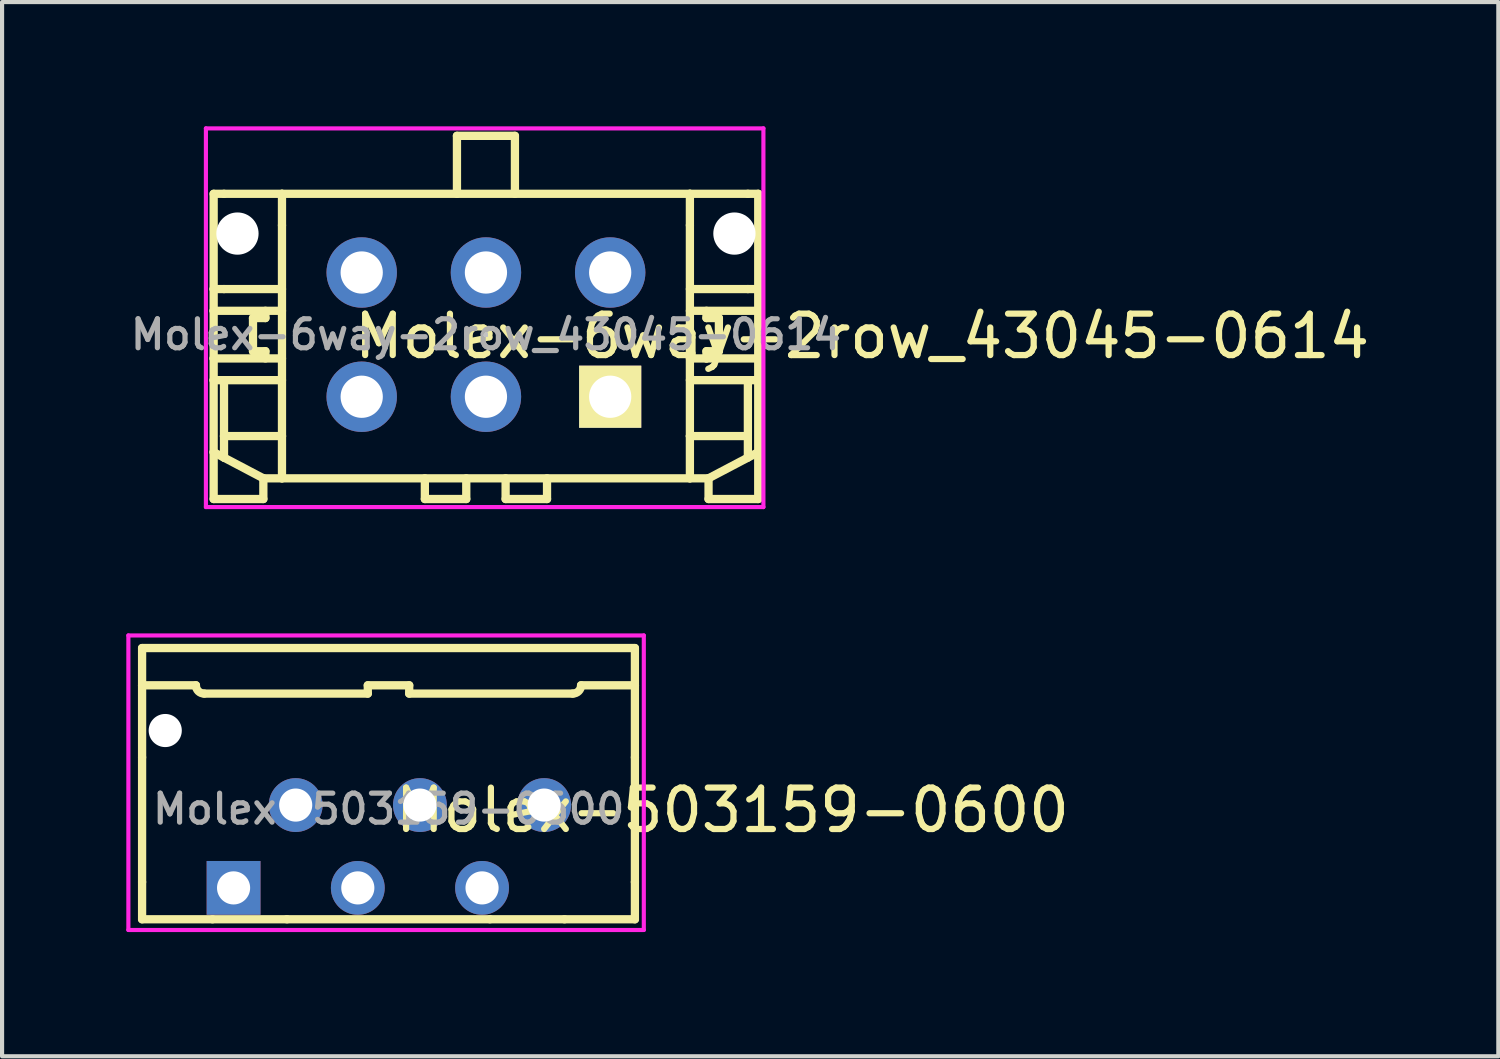
<source format=kicad_pcb>
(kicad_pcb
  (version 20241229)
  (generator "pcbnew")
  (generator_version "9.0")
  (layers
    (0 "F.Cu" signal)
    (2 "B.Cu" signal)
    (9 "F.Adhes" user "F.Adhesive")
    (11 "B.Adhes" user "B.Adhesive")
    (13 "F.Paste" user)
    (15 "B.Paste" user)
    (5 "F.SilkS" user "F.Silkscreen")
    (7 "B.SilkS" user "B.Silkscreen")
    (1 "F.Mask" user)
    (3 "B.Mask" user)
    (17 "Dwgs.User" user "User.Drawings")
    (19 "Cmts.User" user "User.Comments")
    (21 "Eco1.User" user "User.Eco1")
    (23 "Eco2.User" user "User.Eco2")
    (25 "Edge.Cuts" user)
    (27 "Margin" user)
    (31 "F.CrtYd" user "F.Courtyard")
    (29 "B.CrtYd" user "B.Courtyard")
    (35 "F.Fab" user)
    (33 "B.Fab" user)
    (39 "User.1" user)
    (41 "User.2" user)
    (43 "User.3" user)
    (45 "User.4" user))
  (footprint "Molex-503159-0600"
    (layer "F.Cu")
    (at 6.34 18.39)
    (property "Reference" "Molex-503159-0600" (at 8.297 -1.877 0) (layer "F.SilkS") (effects (font (size 1 1) (thickness 0.15))))
    (attr through_hole)
    (fp_line (start -5.959 -5.792) (end -5.959 -4.892) (stroke (width 0.2) (type solid)) (layer "F.SilkS"))
    (fp_line (start -5.959 -4.892) (end -5.959 -3.152) (stroke (width 0.2) (type solid)) (layer "F.SilkS"))
    (fp_line (start -5.959 -4.892) (end -4.659 -4.892) (stroke (width 0.2) (type solid)) (layer "F.SilkS"))
    (fp_line (start -5.959 -3.152) (end -5.959 -0.142) (stroke (width 0.2) (type solid)) (layer "F.SilkS"))
    (fp_line (start -5.959 -0.142) (end -5.959 0.758) (stroke (width 0.2) (type solid)) (layer "F.SilkS"))
    (fp_line (start -5.959 0.758) (end -4.259 0.758) (stroke (width 0.2) (type solid)) (layer "F.SilkS"))
    (fp_line (start -2.459 0.758) (end -4.259 0.758) (stroke (width 0.2) (type solid)) (layer "F.SilkS"))
    (fp_line (start -0.509 -4.892) (end -0.509 -4.692) (stroke (width 0.2) (type solid)) (layer "F.SilkS"))
    (fp_line (start -0.509 -4.892) (end 0.491 -4.892) (stroke (width 0.2) (type solid)) (layer "F.SilkS"))
    (fp_line (start -0.509 -4.692) (end -4.459 -4.692) (stroke (width 0.2) (type solid)) (layer "F.SilkS"))
    (fp_line (start 0.491 -4.892) (end 0.491 -4.692) (stroke (width 0.2) (type solid)) (layer "F.SilkS"))
    (fp_line (start 2.443 0.757) (end -2.465 0.757) (stroke (width 0.2) (type solid)) (layer "F.SilkS"))
    (fp_line (start 4.241 0.758) (end 2.441 0.758) (stroke (width 0.2) (type solid)) (layer "F.SilkS"))
    (fp_line (start 4.241 0.758) (end 5.941 0.758) (stroke (width 0.2) (type solid)) (layer "F.SilkS"))
    (fp_line (start 4.441 -4.692) (end 0.491 -4.692) (stroke (width 0.2) (type solid)) (layer "F.SilkS"))
    (fp_line (start 4.641 -4.892) (end 5.941 -4.892) (stroke (width 0.2) (type solid)) (layer "F.SilkS"))
    (fp_line (start 5.941 -5.792) (end -5.959 -5.792) (stroke (width 0.2) (type solid)) (layer "F.SilkS"))
    (fp_line (start 5.941 -5.792) (end 5.941 -4.892) (stroke (width 0.2) (type solid)) (layer "F.SilkS"))
    (fp_line (start 5.941 -3.152) (end 5.941 -4.892) (stroke (width 0.2) (type solid)) (layer "F.SilkS"))
    (fp_line (start 5.941 -3.152) (end 5.941 -0.142) (stroke (width 0.2) (type solid)) (layer "F.SilkS"))
    (fp_line (start 5.941 0.758) (end 5.941 -0.142) (stroke (width 0.2) (type solid)) (layer "F.SilkS"))
    (fp_arc (start -4.45932 -4.69234) (mid -4.600618 -4.750795) (end -4.65932 -4.891991) (stroke (width 0.2) (type solid)) (layer "F.SilkS"))
    (fp_arc (start 4.64068 -4.89234) (mid 4.582101 -4.750919) (end 4.44068 -4.69234) (stroke (width 0.2) (type solid)) (layer "F.SilkS"))
    (fp_line (start -6.29 -6.096) (end -6.29 1.016) (stroke (width 0.1) (type solid)) (layer "F.CrtYd"))
    (fp_line (start -6.29 1.016) (end 6.156 1.016) (stroke (width 0.1) (type solid)) (layer "F.CrtYd"))
    (fp_line (start 6.156 -6.096) (end -6.29 -6.096) (stroke (width 0.1) (type solid)) (layer "F.CrtYd"))
    (fp_line (start 6.156 1.016) (end 6.156 -6.096) (stroke (width 0.1) (type solid)) (layer "F.CrtYd"))
    (fp_text user "${REFERENCE}" (at -0.004 -1.905 0) (layer "F.Fab") (effects (font (size 0.7 0.7) (thickness 0.125))))
    (pad "" np_thru_hole circle (at -5.4 -3.8) (size 0.8 0.8) (drill 0.8) (layers "*.Cu" "*.Mask"))
    (pad "1" thru_hole rect (at -3.75 0) (size 1.3 1.3) (drill 0.8) (layers "*.Cu" "*.Mask"))
    (pad "2" thru_hole circle (at -2.25 -2) (size 1.3 1.3) (drill 0.8) (layers "*.Cu" "*.Mask"))
    (pad "3" thru_hole circle (at -0.75 0) (size 1.3 1.3) (drill 0.8) (layers "*.Cu" "*.Mask"))
    (pad "4" thru_hole circle (at 0.75 -2) (size 1.3 1.3) (drill 0.8) (layers "*.Cu" "*.Mask"))
    (pad "5" thru_hole circle (at 2.25 0) (size 1.3 1.3) (drill 0.8) (layers "*.Cu" "*.Mask"))
    (pad "6" thru_hole circle (at 3.75 -2) (size 1.3 1.3) (drill 0.8) (layers "*.Cu" "*.Mask")))
  (footprint "Molex-6way-2row_43045-0614"
    (layer "F.Cu")
    (at 8.684 5.03)
    (property "Reference" "Molex-6way-2row_43045-0614" (at 9.083 0.039 0) (layer "F.SilkS") (effects (font (size 1 1) (thickness 0.15))))
    (attr through_hole)
    (fp_line (start -6.575 -1.1) (end -6.575 -3.4) (stroke (width 0.2) (type solid)) (layer "F.SilkS"))
    (fp_line (start -6.575 -0.575) (end -6.575 -1.1) (stroke (width 0.2) (type solid)) (layer "F.SilkS"))
    (fp_line (start -6.575 -0.575) (end -4.925 -0.575) (stroke (width 0.2) (type solid)) (layer "F.SilkS"))
    (fp_line (start -6.575 0.575) (end -6.575 -0.575) (stroke (width 0.2) (type solid)) (layer "F.SilkS"))
    (fp_line (start -6.575 0.575) (end -4.925 0.575) (stroke (width 0.2) (type solid)) (layer "F.SilkS"))
    (fp_line (start -6.575 1.1) (end -6.575 0.575) (stroke (width 0.2) (type solid)) (layer "F.SilkS"))
    (fp_line (start -6.575 2.838) (end -6.575 1.1) (stroke (width 0.2) (type solid)) (layer "F.SilkS"))
    (fp_line (start -6.575 3.97) (end -6.575 2.838) (stroke (width 0.2) (type solid)) (layer "F.SilkS"))
    (fp_line (start -6.325 -3.4) (end -6.575 -3.4) (stroke (width 0.2) (type solid)) (layer "F.SilkS"))
    (fp_line (start -6.325 -1.1) (end -6.575 -1.1) (stroke (width 0.2) (type solid)) (layer "F.SilkS"))
    (fp_line (start -6.325 1.1) (end -6.575 1.1) (stroke (width 0.2) (type solid)) (layer "F.SilkS"))
    (fp_line (start -6.325 2.45) (end -6.325 1.1) (stroke (width 0.2) (type solid)) (layer "F.SilkS"))
    (fp_line (start -6.325 2.45) (end -6.325 2.97) (stroke (width 0.2) (type solid)) (layer "F.SilkS"))
    (fp_line (start -6.325 2.97) (end -6.575 2.838) (stroke (width 0.2) (type solid)) (layer "F.SilkS"))
    (fp_line (start -5.625 -0.4) (end -5.625 0.4) (stroke (width 0.2) (type solid)) (layer "F.SilkS"))
    (fp_line (start -5.625 0.4) (end -5.325 0.4) (stroke (width 0.2) (type solid)) (layer "F.SilkS"))
    (fp_line (start -5.375 3.47) (end -6.325 2.97) (stroke (width 0.2) (type solid)) (layer "F.SilkS"))
    (fp_line (start -5.375 3.97) (end -6.575 3.97) (stroke (width 0.2) (type solid)) (layer "F.SilkS"))
    (fp_line (start -5.375 3.97) (end -5.375 3.47) (stroke (width 0.2) (type solid)) (layer "F.SilkS"))
    (fp_line (start -5.325 -0.575) (end -5.325 -0.4) (stroke (width 0.2) (type solid)) (layer "F.SilkS"))
    (fp_line (start -5.325 -0.4) (end -5.625 -0.4) (stroke (width 0.2) (type solid)) (layer "F.SilkS"))
    (fp_line (start -5.325 0.575) (end -5.325 0.4) (stroke (width 0.2) (type solid)) (layer "F.SilkS"))
    (fp_line (start -4.925 -3.4) (end -6.325 -3.4) (stroke (width 0.2) (type solid)) (layer "F.SilkS"))
    (fp_line (start -4.925 -3.4) (end -4.925 -2.64) (stroke (width 0.2) (type solid)) (layer "F.SilkS"))
    (fp_line (start -4.925 -3.4) (end 4.925 -3.4) (stroke (width 0.2) (type solid)) (layer "F.SilkS"))
    (fp_line (start -4.925 -1.1) (end -6.325 -1.1) (stroke (width 0.2) (type solid)) (layer "F.SilkS"))
    (fp_line (start -4.925 1.1) (end -6.325 1.1) (stroke (width 0.2) (type solid)) (layer "F.SilkS"))
    (fp_line (start -4.925 2.45) (end -6.325 2.45) (stroke (width 0.2) (type solid)) (layer "F.SilkS"))
    (fp_line (start -4.925 2.45) (end -4.925 -2.64) (stroke (width 0.2) (type solid)) (layer "F.SilkS"))
    (fp_line (start -4.925 2.45) (end -4.925 3.47) (stroke (width 0.2) (type solid)) (layer "F.SilkS"))
    (fp_line (start -4.925 3.47) (end -5.375 3.47) (stroke (width 0.2) (type solid)) (layer "F.SilkS"))
    (fp_line (start -4.925 3.47) (end 4.925 3.47) (stroke (width 0.2) (type solid)) (layer "F.SilkS"))
    (fp_line (start -1.475 3.47) (end -1.475 3.97) (stroke (width 0.2) (type solid)) (layer "F.SilkS"))
    (fp_line (start -1.475 3.97) (end -0.475 3.97) (stroke (width 0.2) (type solid)) (layer "F.SilkS"))
    (fp_line (start -0.7 -4.8) (end -0.7 -3.4) (stroke (width 0.2) (type solid)) (layer "F.SilkS"))
    (fp_line (start -0.7 -4.8) (end 0.7 -4.8) (stroke (width 0.2) (type solid)) (layer "F.SilkS"))
    (fp_line (start -0.475 3.97) (end -0.475 3.47) (stroke (width 0.2) (type solid)) (layer "F.SilkS"))
    (fp_line (start 0.475 3.47) (end 0.475 3.97) (stroke (width 0.2) (type solid)) (layer "F.SilkS"))
    (fp_line (start 0.475 3.97) (end 1.475 3.97) (stroke (width 0.2) (type solid)) (layer "F.SilkS"))
    (fp_line (start 0.7 -4.8) (end 0.7 -3.4) (stroke (width 0.2) (type solid)) (layer "F.SilkS"))
    (fp_line (start 1.475 3.97) (end 1.475 3.47) (stroke (width 0.2) (type solid)) (layer "F.SilkS"))
    (fp_line (start 4.925 -3.4) (end 4.925 -2.64) (stroke (width 0.2) (type solid)) (layer "F.SilkS"))
    (fp_line (start 4.925 0.575) (end 5.325 0.575) (stroke (width 0.2) (type solid)) (layer "F.SilkS"))
    (fp_line (start 4.925 2.45) (end 4.925 -2.64) (stroke (width 0.2) (type solid)) (layer "F.SilkS"))
    (fp_line (start 4.925 2.45) (end 4.925 3.47) (stroke (width 0.2) (type solid)) (layer "F.SilkS"))
    (fp_line (start 5.325 -0.575) (end 5.325 -0.4) (stroke (width 0.2) (type solid)) (layer "F.SilkS"))
    (fp_line (start 5.325 0.4) (end 5.625 0.4) (stroke (width 0.2) (type solid)) (layer "F.SilkS"))
    (fp_line (start 5.325 0.575) (end 5.325 0.4) (stroke (width 0.2) (type solid)) (layer "F.SilkS"))
    (fp_line (start 5.375 3.47) (end 4.925 3.47) (stroke (width 0.2) (type solid)) (layer "F.SilkS"))
    (fp_line (start 5.375 3.97) (end 5.375 3.47) (stroke (width 0.2) (type solid)) (layer "F.SilkS"))
    (fp_line (start 5.625 -0.4) (end 5.325 -0.4) (stroke (width 0.2) (type solid)) (layer "F.SilkS"))
    (fp_line (start 5.625 0.4) (end 5.625 -0.4) (stroke (width 0.2) (type solid)) (layer "F.SilkS"))
    (fp_line (start 6.325 -3.4) (end 4.925 -3.4) (stroke (width 0.2) (type solid)) (layer "F.SilkS"))
    (fp_line (start 6.325 -3.4) (end 6.575 -3.4) (stroke (width 0.2) (type solid)) (layer "F.SilkS"))
    (fp_line (start 6.325 -1.1) (end 4.925 -1.1) (stroke (width 0.2) (type solid)) (layer "F.SilkS"))
    (fp_line (start 6.325 1.1) (end 4.925 1.1) (stroke (width 0.2) (type solid)) (layer "F.SilkS"))
    (fp_line (start 6.325 1.1) (end 6.575 1.1) (stroke (width 0.2) (type solid)) (layer "F.SilkS"))
    (fp_line (start 6.325 2.45) (end 4.925 2.45) (stroke (width 0.2) (type solid)) (layer "F.SilkS"))
    (fp_line (start 6.325 2.45) (end 6.325 1.1) (stroke (width 0.2) (type solid)) (layer "F.SilkS"))
    (fp_line (start 6.325 2.97) (end 6.325 2.47) (stroke (width 0.2) (type solid)) (layer "F.SilkS"))
    (fp_line (start 6.575 -3.4) (end 6.575 -1.1) (stroke (width 0.2) (type solid)) (layer "F.SilkS"))
    (fp_line (start 6.575 -1.1) (end 6.325 -1.1) (stroke (width 0.2) (type solid)) (layer "F.SilkS"))
    (fp_line (start 6.575 -0.575) (end 4.925 -0.575) (stroke (width 0.2) (type solid)) (layer "F.SilkS"))
    (fp_line (start 6.575 -0.575) (end 6.575 -1.1) (stroke (width 0.2) (type solid)) (layer "F.SilkS"))
    (fp_line (start 6.575 0.575) (end 5.325 0.575) (stroke (width 0.2) (type solid)) (layer "F.SilkS"))
    (fp_line (start 6.575 0.575) (end 6.575 -0.575) (stroke (width 0.2) (type solid)) (layer "F.SilkS"))
    (fp_line (start 6.575 1.1) (end 6.575 0.575) (stroke (width 0.2) (type solid)) (layer "F.SilkS"))
    (fp_line (start 6.575 1.1) (end 6.575 2.838) (stroke (width 0.2) (type solid)) (layer "F.SilkS"))
    (fp_line (start 6.575 2.838) (end 5.375 3.47) (stroke (width 0.2) (type solid)) (layer "F.SilkS"))
    (fp_line (start 6.575 3.97) (end 5.375 3.97) (stroke (width 0.2) (type solid)) (layer "F.SilkS"))
    (fp_line (start 6.575 3.97) (end 6.575 2.838) (stroke (width 0.2) (type solid)) (layer "F.SilkS"))
    (fp_line (start 0 0) (end 0 0) (stroke (width 0.1) (type solid)) (layer "Dwgs.User"))
    (fp_line (start 0 0) (end 0 0) (stroke (width 0.1) (type solid)) (layer "Dwgs.User"))
    (fp_line (start 0 0) (end 0 0) (stroke (width 0.1) (type solid)) (layer "Dwgs.User"))
    (fp_line (start 0 0) (end 0 0) (stroke (width 0.1) (type solid)) (layer "Dwgs.User"))
    (fp_line (start 0 0) (end 0 0) (stroke (width 0.1) (type solid)) (layer "Dwgs.User"))
    (fp_line (start 0 0) (end 0 0) (stroke (width 0.1) (type solid)) (layer "Dwgs.User"))
    (fp_line (start 0 0) (end 0 0) (stroke (width 0.1) (type solid)) (layer "Dwgs.User"))
    (fp_line (start 0 0) (end 0 0) (stroke (width 0.1) (type solid)) (layer "Dwgs.User"))
    (fp_line (start 0 0) (end 0 0) (stroke (width 0.1) (type solid)) (layer "Dwgs.User"))
    (fp_line (start 0 0) (end 0 0) (stroke (width 0.1) (type solid)) (layer "Dwgs.User"))
    (fp_line (start 0 0) (end 0 0) (stroke (width 0.1) (type solid)) (layer "Dwgs.User"))
    (fp_line (start 0 0) (end 0 0) (stroke (width 0.1) (type solid)) (layer "Dwgs.User"))
    (fp_line (start 0 0) (end 0 0) (stroke (width 0.1) (type solid)) (layer "Dwgs.User"))
    (fp_line (start 0 0) (end 0 0) (stroke (width 0.1) (type solid)) (layer "Dwgs.User"))
    (fp_line (start 0 0) (end 0 0) (stroke (width 0.1) (type solid)) (layer "Dwgs.User"))
    (fp_line (start 0 0) (end 0 0) (stroke (width 0.1) (type solid)) (layer "Dwgs.User"))
    (fp_line (start 0 0) (end 0 0) (stroke (width 0.1) (type solid)) (layer "Dwgs.User"))
    (fp_line (start 0 0) (end 0 0) (stroke (width 0.1) (type solid)) (layer "Dwgs.User"))
    (fp_line (start 0 0) (end 0 0) (stroke (width 0.1) (type solid)) (layer "Dwgs.User"))
    (fp_line (start 0 0) (end 0 0) (stroke (width 0.1) (type solid)) (layer "Dwgs.User"))
    (fp_line (start 0 0) (end 0 0) (stroke (width 0.1) (type solid)) (layer "Dwgs.User"))
    (fp_line (start 0 0) (end 0 0) (stroke (width 0.1) (type solid)) (layer "Dwgs.User"))
    (fp_line (start 0 0) (end 0 0) (stroke (width 0.1) (type solid)) (layer "Dwgs.User"))
    (fp_line (start 0 0) (end 0 0) (stroke (width 0.1) (type solid)) (layer "Dwgs.User"))
    (fp_line (start 0 0) (end 0 0) (stroke (width 0.1) (type solid)) (layer "Dwgs.User"))
    (fp_line (start 0 0) (end 0 0) (stroke (width 0.1) (type solid)) (layer "Dwgs.User"))
    (fp_line (start 0 0) (end 0 0) (stroke (width 0.1) (type solid)) (layer "Dwgs.User"))
    (fp_line (start 0 0) (end 0 0) (stroke (width 0.1) (type solid)) (layer "Dwgs.User"))
    (fp_line (start 0 0) (end 0 0) (stroke (width 0.1) (type solid)) (layer "Dwgs.User"))
    (fp_line (start 0 0) (end 0 0) (stroke (width 0.1) (type solid)) (layer "Dwgs.User"))
    (fp_line (start 0 0) (end 0 0) (stroke (width 0.1) (type solid)) (layer "Dwgs.User"))
    (fp_line (start 0 0) (end 0 0) (stroke (width 0.1) (type solid)) (layer "Dwgs.User"))
    (fp_line (start 0 0) (end 0 0) (stroke (width 0.1) (type solid)) (layer "Dwgs.User"))
    (fp_line (start 0 0) (end 0 0) (stroke (width 0.1) (type solid)) (layer "Dwgs.User"))
    (fp_line (start 0 0) (end 0 0) (stroke (width 0.1) (type solid)) (layer "Dwgs.User"))
    (fp_line (start 0 0) (end 0 0) (stroke (width 0.1) (type solid)) (layer "Dwgs.User"))
    (fp_line (start 0 0) (end 0 0) (stroke (width 0.1) (type solid)) (layer "Dwgs.User"))
    (fp_line (start -6.762 -4.98) (end -6.762 4.164) (stroke (width 0.1) (type solid)) (layer "F.CrtYd"))
    (fp_line (start -6.762 4.164) (end 6.7 4.164) (stroke (width 0.1) (type solid)) (layer "F.CrtYd"))
    (fp_line (start 6.7 -4.98) (end -6.762 -4.98) (stroke (width 0.1) (type solid)) (layer "F.CrtYd"))
    (fp_line (start 6.7 4.164) (end 6.7 -4.98) (stroke (width 0.1) (type solid)) (layer "F.CrtYd"))
    (fp_text user "${REFERENCE}" (at 0 0 0) (layer "F.Fab") (effects (font (size 0.7 0.7) (thickness 0.125))))
    (pad "" np_thru_hole circle (at -6 -2.44) (size 1.02 1.02) (drill 1.02) (layers "*.Cu" "*.Mask"))
    (pad "" np_thru_hole circle (at 6 -2.44) (size 1.02 1.02) (drill 1.02) (layers "*.Cu" "*.Mask"))
    (pad "1" thru_hole rect (at 3 1.5) (size 1.5 1.5) (drill 1.02) (layers "*.Cu" "*.Mask" "F.SilkS"))
    (pad "2" thru_hole circle (at 0 1.5) (size 1.7 1.7) (drill 1.02) (layers "*.Cu" "*.Mask"))
    (pad "3" thru_hole circle (at -3 1.5) (size 1.7 1.7) (drill 1.02) (layers "*.Cu" "*.Mask"))
    (pad "4" thru_hole circle (at 3 -1.5) (size 1.7 1.7) (drill 1.02) (layers "*.Cu" "*.Mask"))
    (pad "5" thru_hole circle (at 0 -1.5) (size 1.7 1.7) (drill 1.02) (layers "*.Cu" "*.Mask"))
    (pad "6" thru_hole circle (at -3 -1.5) (size 1.7 1.7) (drill 1.02) (layers "*.Cu" "*.Mask")))
  (gr_rect
    (start -3 -3)
    (end 33.13 22.456)
    (stroke (width 0.1) (type default))
    (fill no)
    (layer "Edge.Cuts")))
</source>
